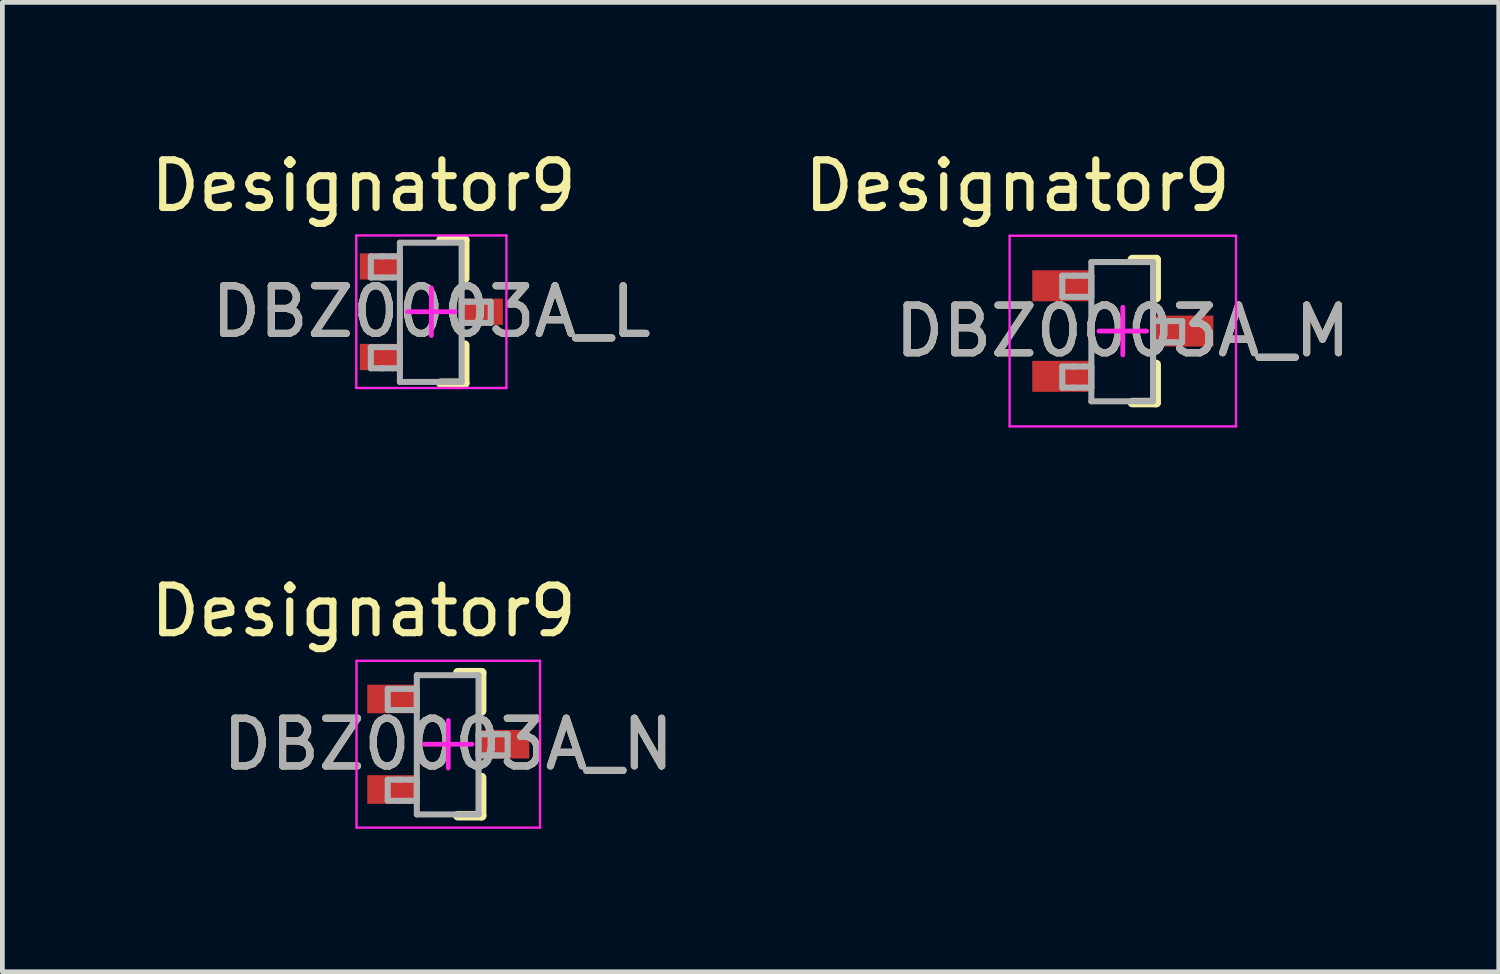
<source format=kicad_pcb>
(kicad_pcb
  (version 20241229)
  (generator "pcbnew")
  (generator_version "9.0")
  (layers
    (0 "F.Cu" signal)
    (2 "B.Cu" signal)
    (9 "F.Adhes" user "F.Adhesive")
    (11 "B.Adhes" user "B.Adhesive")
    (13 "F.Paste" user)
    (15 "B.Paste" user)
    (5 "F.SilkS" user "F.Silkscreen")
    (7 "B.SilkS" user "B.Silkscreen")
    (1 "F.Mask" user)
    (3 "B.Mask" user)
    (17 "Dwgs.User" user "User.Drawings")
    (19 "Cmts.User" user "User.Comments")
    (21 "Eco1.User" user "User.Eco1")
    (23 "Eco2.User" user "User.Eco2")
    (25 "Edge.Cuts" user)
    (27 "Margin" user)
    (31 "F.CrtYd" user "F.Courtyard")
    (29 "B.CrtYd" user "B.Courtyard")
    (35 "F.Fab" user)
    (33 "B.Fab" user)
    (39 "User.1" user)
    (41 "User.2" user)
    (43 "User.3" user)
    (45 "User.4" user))
  (footprint "DBZ0003A_L"
    (layer "F.Cu")
    (at 6 3.49)
    (property "Reference" "DBZ0003A_L" (at 0 0 0) (unlocked yes) (layer "F.SilkS") (effects (font (size 1 1) (thickness 0.15))))
    (attr smd)
    (fp_line (start 0.2 -1.5) (end 0.7 -1.5) (stroke (width 0.2) (type solid)) (layer "F.SilkS"))
    (fp_line (start 0.2 1.5) (end 0.7 1.5) (stroke (width 0.2) (type solid)) (layer "F.SilkS"))
    (fp_line (start 0.7 -0.7) (end 0.7 -1.5) (stroke (width 0.2) (type solid)) (layer "F.SilkS"))
    (fp_line (start 0.7 1.5) (end 0.7 0.7) (stroke (width 0.2) (type solid)) (layer "F.SilkS"))
    (fp_line (start -1.575 -1.6) (end 1.575 -1.6) (stroke (width 0.05) (type solid)) (layer "F.CrtYd"))
    (fp_line (start -1.575 1.6) (end -1.575 -1.6) (stroke (width 0.05) (type solid)) (layer "F.CrtYd"))
    (fp_line (start -1.575 1.6) (end 1.575 1.6) (stroke (width 0.05) (type solid)) (layer "F.CrtYd"))
    (fp_line (start -0.5 0) (end 0.5 0) (stroke (width 0.1) (type solid)) (layer "F.CrtYd"))
    (fp_line (start 0 0.5) (end 0 -0.5) (stroke (width 0.1) (type solid)) (layer "F.CrtYd"))
    (fp_line (start 1.575 1.6) (end 1.575 -1.6) (stroke (width 0.05) (type solid)) (layer "F.CrtYd"))
    (fp_line (start -1.27 -1.162) (end -1.063 -1.162) (stroke (width 0.127) (type solid)) (layer "F.Fab"))
    (fp_line (start -1.27 -0.718) (end -1.27 -1.162) (stroke (width 0.127) (type solid)) (layer "F.Fab"))
    (fp_line (start -1.27 -0.718) (end -1.063 -0.718) (stroke (width 0.127) (type solid)) (layer "F.Fab"))
    (fp_line (start -1.27 0.743) (end -1.063 0.743) (stroke (width 0.127) (type solid)) (layer "F.Fab"))
    (fp_line (start -1.27 1.187) (end -1.27 0.743) (stroke (width 0.127) (type solid)) (layer "F.Fab"))
    (fp_line (start -1.27 1.187) (end -1.063 1.187) (stroke (width 0.127) (type solid)) (layer "F.Fab"))
    (fp_line (start -1.063 -1.162) (end -1.005 -1.162) (stroke (width 0.127) (type solid)) (layer "F.Fab"))
    (fp_line (start -1.063 -0.718) (end -1.005 -0.718) (stroke (width 0.127) (type solid)) (layer "F.Fab"))
    (fp_line (start -1.063 0.743) (end -1.005 0.743) (stroke (width 0.127) (type solid)) (layer "F.Fab"))
    (fp_line (start -1.063 1.187) (end -1.005 1.187) (stroke (width 0.127) (type solid)) (layer "F.Fab"))
    (fp_line (start -1.005 -1.162) (end -0.814 -1.162) (stroke (width 0.127) (type solid)) (layer "F.Fab"))
    (fp_line (start -1.005 -0.718) (end -0.814 -0.718) (stroke (width 0.127) (type solid)) (layer "F.Fab"))
    (fp_line (start -1.005 0.743) (end -0.814 0.743) (stroke (width 0.127) (type solid)) (layer "F.Fab"))
    (fp_line (start -1.005 1.187) (end -0.814 1.187) (stroke (width 0.127) (type solid)) (layer "F.Fab"))
    (fp_line (start -0.814 -1.162) (end -0.66 -1.162) (stroke (width 0.127) (type solid)) (layer "F.Fab"))
    (fp_line (start -0.814 -0.718) (end -0.66 -0.718) (stroke (width 0.127) (type solid)) (layer "F.Fab"))
    (fp_line (start -0.814 0.743) (end -0.66 0.743) (stroke (width 0.127) (type solid)) (layer "F.Fab"))
    (fp_line (start -0.814 1.187) (end -0.66 1.187) (stroke (width 0.127) (type solid)) (layer "F.Fab"))
    (fp_line (start -0.66 -1.448) (end 0.635 -1.448) (stroke (width 0.127) (type solid)) (layer "F.Fab"))
    (fp_line (start -0.66 -0.718) (end -0.66 -1.162) (stroke (width 0.127) (type solid)) (layer "F.Fab"))
    (fp_line (start -0.66 1.187) (end -0.66 0.743) (stroke (width 0.127) (type solid)) (layer "F.Fab"))
    (fp_line (start -0.66 1.473) (end -0.66 -1.448) (stroke (width 0.127) (type solid)) (layer "F.Fab"))
    (fp_line (start -0.66 1.473) (end 0.635 1.473) (stroke (width 0.127) (type solid)) (layer "F.Fab"))
    (fp_line (start 0.635 -0.21) (end 0.789 -0.21) (stroke (width 0.127) (type solid)) (layer "F.Fab"))
    (fp_line (start 0.635 0.235) (end 0.635 -0.21) (stroke (width 0.127) (type solid)) (layer "F.Fab"))
    (fp_line (start 0.635 0.235) (end 0.789 0.235) (stroke (width 0.127) (type solid)) (layer "F.Fab"))
    (fp_line (start 0.635 1.473) (end 0.635 -1.448) (stroke (width 0.127) (type solid)) (layer "F.Fab"))
    (fp_line (start 0.789 -0.21) (end 0.98 -0.21) (stroke (width 0.127) (type solid)) (layer "F.Fab"))
    (fp_line (start 0.789 0.235) (end 0.98 0.235) (stroke (width 0.127) (type solid)) (layer "F.Fab"))
    (fp_line (start 0.98 -0.21) (end 1.037 -0.21) (stroke (width 0.127) (type solid)) (layer "F.Fab"))
    (fp_line (start 0.98 0.235) (end 1.037 0.235) (stroke (width 0.127) (type solid)) (layer "F.Fab"))
    (fp_line (start 1.037 -0.21) (end 1.245 -0.21) (stroke (width 0.127) (type solid)) (layer "F.Fab"))
    (fp_line (start 1.037 0.235) (end 1.245 0.235) (stroke (width 0.127) (type solid)) (layer "F.Fab"))
    (fp_line (start 1.245 0.235) (end 1.245 -0.21) (stroke (width 0.127) (type solid)) (layer "F.Fab"))
    (fp_text user "Designator9" (at -1.422 -2.642 0) (unlocked yes) (layer "F.SilkS") (effects (font (size 1 1) (thickness 0.15))))
    (fp_text user "${REFERENCE}" (at 0 0 0) (unlocked yes) (layer "F.Fab") (effects (font (size 1 1) (thickness 0.15))))
    (pad "1" smd rect (at -1.1 -0.95 90) (size 0.55 0.8) (layers "F.Cu" "F.Mask" "F.Paste"))
    (pad "2" smd rect (at -1.1 0.95 90) (size 0.55 0.8) (layers "F.Cu" "F.Mask" "F.Paste"))
    (pad "3" smd rect (at 1.1 0 90) (size 0.55 0.8) (layers "F.Cu" "F.Mask" "F.Paste")))
  (footprint "DBZ0003A_M"
    (layer "F.Cu")
    (at 20.507 3.896)
    (property "Reference" "DBZ0003A_M" (at 0 0 0) (unlocked yes) (layer "F.SilkS") (effects (font (size 1 1) (thickness 0.15))))
    (attr smd)
    (fp_line (start 0.2 -1.5) (end 0.7 -1.5) (stroke (width 0.2) (type solid)) (layer "F.SilkS"))
    (fp_line (start 0.2 1.5) (end 0.7 1.5) (stroke (width 0.2) (type solid)) (layer "F.SilkS"))
    (fp_line (start 0.7 -0.7) (end 0.7 -1.5) (stroke (width 0.2) (type solid)) (layer "F.SilkS"))
    (fp_line (start 0.7 1.5) (end 0.7 0.7) (stroke (width 0.2) (type solid)) (layer "F.SilkS"))
    (fp_line (start -2.375 -2) (end 2.375 -2) (stroke (width 0.05) (type solid)) (layer "F.CrtYd"))
    (fp_line (start -2.375 2) (end -2.375 -2) (stroke (width 0.05) (type solid)) (layer "F.CrtYd"))
    (fp_line (start -2.375 2) (end 2.375 2) (stroke (width 0.05) (type solid)) (layer "F.CrtYd"))
    (fp_line (start -0.5 0.000003) (end 0.5 0.000003) (stroke (width 0.1) (type solid)) (layer "F.CrtYd"))
    (fp_line (start 0 0.5) (end 0 -0.5) (stroke (width 0.1) (type solid)) (layer "F.CrtYd"))
    (fp_line (start 2.375 2) (end 2.375 -2) (stroke (width 0.05) (type solid)) (layer "F.CrtYd"))
    (fp_line (start -1.27 -1.162) (end -1.063 -1.162) (stroke (width 0.127) (type solid)) (layer "F.Fab"))
    (fp_line (start -1.27 -0.718) (end -1.27 -1.162) (stroke (width 0.127) (type solid)) (layer "F.Fab"))
    (fp_line (start -1.27 -0.718) (end -1.063 -0.718) (stroke (width 0.127) (type solid)) (layer "F.Fab"))
    (fp_line (start -1.27 0.743) (end -1.063 0.743) (stroke (width 0.127) (type solid)) (layer "F.Fab"))
    (fp_line (start -1.27 1.187) (end -1.27 0.743) (stroke (width 0.127) (type solid)) (layer "F.Fab"))
    (fp_line (start -1.27 1.187) (end -1.063 1.187) (stroke (width 0.127) (type solid)) (layer "F.Fab"))
    (fp_line (start -1.063 -1.162) (end -1.005 -1.162) (stroke (width 0.127) (type solid)) (layer "F.Fab"))
    (fp_line (start -1.063 -0.718) (end -1.005 -0.718) (stroke (width 0.127) (type solid)) (layer "F.Fab"))
    (fp_line (start -1.063 0.743) (end -1.005 0.743) (stroke (width 0.127) (type solid)) (layer "F.Fab"))
    (fp_line (start -1.063 1.187) (end -1.005 1.187) (stroke (width 0.127) (type solid)) (layer "F.Fab"))
    (fp_line (start -1.005 -1.162) (end -0.814 -1.162) (stroke (width 0.127) (type solid)) (layer "F.Fab"))
    (fp_line (start -1.005 -0.718) (end -0.814 -0.718) (stroke (width 0.127) (type solid)) (layer "F.Fab"))
    (fp_line (start -1.005 0.743) (end -0.814 0.743) (stroke (width 0.127) (type solid)) (layer "F.Fab"))
    (fp_line (start -1.005 1.187) (end -0.814 1.187) (stroke (width 0.127) (type solid)) (layer "F.Fab"))
    (fp_line (start -0.814 -1.162) (end -0.66 -1.162) (stroke (width 0.127) (type solid)) (layer "F.Fab"))
    (fp_line (start -0.814 -0.718) (end -0.66 -0.718) (stroke (width 0.127) (type solid)) (layer "F.Fab"))
    (fp_line (start -0.814 0.743) (end -0.66 0.743) (stroke (width 0.127) (type solid)) (layer "F.Fab"))
    (fp_line (start -0.814 1.187) (end -0.66 1.187) (stroke (width 0.127) (type solid)) (layer "F.Fab"))
    (fp_line (start -0.66 -1.448) (end 0.635 -1.448) (stroke (width 0.127) (type solid)) (layer "F.Fab"))
    (fp_line (start -0.66 -0.718) (end -0.66 -1.162) (stroke (width 0.127) (type solid)) (layer "F.Fab"))
    (fp_line (start -0.66 1.187) (end -0.66 0.743) (stroke (width 0.127) (type solid)) (layer "F.Fab"))
    (fp_line (start -0.66 1.473) (end -0.66 -1.448) (stroke (width 0.127) (type solid)) (layer "F.Fab"))
    (fp_line (start -0.66 1.473) (end 0.635 1.473) (stroke (width 0.127) (type solid)) (layer "F.Fab"))
    (fp_line (start 0.635 -0.21) (end 0.789 -0.21) (stroke (width 0.127) (type solid)) (layer "F.Fab"))
    (fp_line (start 0.635 0.235) (end 0.635 -0.21) (stroke (width 0.127) (type solid)) (layer "F.Fab"))
    (fp_line (start 0.635 0.235) (end 0.789 0.235) (stroke (width 0.127) (type solid)) (layer "F.Fab"))
    (fp_line (start 0.635 1.473) (end 0.635 -1.448) (stroke (width 0.127) (type solid)) (layer "F.Fab"))
    (fp_line (start 0.789 -0.21) (end 0.98 -0.21) (stroke (width 0.127) (type solid)) (layer "F.Fab"))
    (fp_line (start 0.789 0.235) (end 0.98 0.235) (stroke (width 0.127) (type solid)) (layer "F.Fab"))
    (fp_line (start 0.98 -0.21) (end 1.037 -0.21) (stroke (width 0.127) (type solid)) (layer "F.Fab"))
    (fp_line (start 0.98 0.235) (end 1.037 0.235) (stroke (width 0.127) (type solid)) (layer "F.Fab"))
    (fp_line (start 1.037 -0.21) (end 1.245 -0.21) (stroke (width 0.127) (type solid)) (layer "F.Fab"))
    (fp_line (start 1.037 0.235) (end 1.245 0.235) (stroke (width 0.127) (type solid)) (layer "F.Fab"))
    (fp_line (start 1.245 0.235) (end 1.245 -0.21) (stroke (width 0.127) (type solid)) (layer "F.Fab"))
    (fp_text user "Designator9" (at -2.21 -3.048 0) (unlocked yes) (layer "F.SilkS") (effects (font (size 1 1) (thickness 0.15))))
    (fp_text user "${REFERENCE}" (at 0 0 0) (unlocked yes) (layer "F.Fab") (effects (font (size 1 1) (thickness 0.15))))
    (pad "1" smd rect (at -1.3 -0.95 90) (size 0.65 1.2) (layers "F.Cu" "F.Mask" "F.Paste"))
    (pad "2" smd rect (at -1.3 0.95 90) (size 0.65 1.2) (layers "F.Cu" "F.Mask" "F.Paste"))
    (pad "3" smd rect (at 1.3 0 90) (size 0.65 1.2) (layers "F.Cu" "F.Mask" "F.Paste")))
  (footprint "DBZ0003A_N"
    (layer "F.Cu")
    (at 6.355 12.564)
    (property "Reference" "DBZ0003A_N" (at 0 0 0) (unlocked yes) (layer "F.SilkS") (effects (font (size 1 1) (thickness 0.15))))
    (attr smd)
    (fp_line (start 0.2 -1.5) (end 0.7 -1.5) (stroke (width 0.2) (type solid)) (layer "F.SilkS"))
    (fp_line (start 0.2 1.5) (end 0.7 1.5) (stroke (width 0.2) (type solid)) (layer "F.SilkS"))
    (fp_line (start 0.7 -0.7) (end 0.7 -1.5) (stroke (width 0.2) (type solid)) (layer "F.SilkS"))
    (fp_line (start 0.7 1.5) (end 0.7 0.7) (stroke (width 0.2) (type solid)) (layer "F.SilkS"))
    (fp_line (start -1.925 -1.75) (end 1.925 -1.75) (stroke (width 0.05) (type solid)) (layer "F.CrtYd"))
    (fp_line (start -1.925 1.75) (end -1.925 -1.75) (stroke (width 0.05) (type solid)) (layer "F.CrtYd"))
    (fp_line (start -1.925 1.75) (end 1.925 1.75) (stroke (width 0.05) (type solid)) (layer "F.CrtYd"))
    (fp_line (start -0.5 0) (end 0.5 0) (stroke (width 0.1) (type solid)) (layer "F.CrtYd"))
    (fp_line (start 0 0.5) (end 0 -0.5) (stroke (width 0.1) (type solid)) (layer "F.CrtYd"))
    (fp_line (start 1.925 1.75) (end 1.925 -1.75) (stroke (width 0.05) (type solid)) (layer "F.CrtYd"))
    (fp_line (start -1.27 -1.162) (end -1.063 -1.162) (stroke (width 0.127) (type solid)) (layer "F.Fab"))
    (fp_line (start -1.27 -0.718) (end -1.27 -1.162) (stroke (width 0.127) (type solid)) (layer "F.Fab"))
    (fp_line (start -1.27 -0.718) (end -1.063 -0.718) (stroke (width 0.127) (type solid)) (layer "F.Fab"))
    (fp_line (start -1.27 0.743) (end -1.063 0.743) (stroke (width 0.127) (type solid)) (layer "F.Fab"))
    (fp_line (start -1.27 1.187) (end -1.27 0.743) (stroke (width 0.127) (type solid)) (layer "F.Fab"))
    (fp_line (start -1.27 1.187) (end -1.063 1.187) (stroke (width 0.127) (type solid)) (layer "F.Fab"))
    (fp_line (start -1.063 -1.162) (end -1.005 -1.162) (stroke (width 0.127) (type solid)) (layer "F.Fab"))
    (fp_line (start -1.063 -0.718) (end -1.005 -0.718) (stroke (width 0.127) (type solid)) (layer "F.Fab"))
    (fp_line (start -1.063 0.743) (end -1.005 0.743) (stroke (width 0.127) (type solid)) (layer "F.Fab"))
    (fp_line (start -1.063 1.187) (end -1.005 1.187) (stroke (width 0.127) (type solid)) (layer "F.Fab"))
    (fp_line (start -1.005 -1.162) (end -0.814 -1.162) (stroke (width 0.127) (type solid)) (layer "F.Fab"))
    (fp_line (start -1.005 -0.718) (end -0.814 -0.718) (stroke (width 0.127) (type solid)) (layer "F.Fab"))
    (fp_line (start -1.005 0.743) (end -0.814 0.743) (stroke (width 0.127) (type solid)) (layer "F.Fab"))
    (fp_line (start -1.005 1.187) (end -0.814 1.187) (stroke (width 0.127) (type solid)) (layer "F.Fab"))
    (fp_line (start -0.814 -1.162) (end -0.66 -1.162) (stroke (width 0.127) (type solid)) (layer "F.Fab"))
    (fp_line (start -0.814 -0.718) (end -0.66 -0.718) (stroke (width 0.127) (type solid)) (layer "F.Fab"))
    (fp_line (start -0.814 0.743) (end -0.66 0.743) (stroke (width 0.127) (type solid)) (layer "F.Fab"))
    (fp_line (start -0.814 1.187) (end -0.66 1.187) (stroke (width 0.127) (type solid)) (layer "F.Fab"))
    (fp_line (start -0.66 -1.448) (end 0.635 -1.448) (stroke (width 0.127) (type solid)) (layer "F.Fab"))
    (fp_line (start -0.66 -0.718) (end -0.66 -1.162) (stroke (width 0.127) (type solid)) (layer "F.Fab"))
    (fp_line (start -0.66 1.187) (end -0.66 0.743) (stroke (width 0.127) (type solid)) (layer "F.Fab"))
    (fp_line (start -0.66 1.473) (end -0.66 -1.448) (stroke (width 0.127) (type solid)) (layer "F.Fab"))
    (fp_line (start -0.66 1.473) (end 0.635 1.473) (stroke (width 0.127) (type solid)) (layer "F.Fab"))
    (fp_line (start 0.635 -0.21) (end 0.789 -0.21) (stroke (width 0.127) (type solid)) (layer "F.Fab"))
    (fp_line (start 0.635 0.235) (end 0.635 -0.21) (stroke (width 0.127) (type solid)) (layer "F.Fab"))
    (fp_line (start 0.635 0.235) (end 0.789 0.235) (stroke (width 0.127) (type solid)) (layer "F.Fab"))
    (fp_line (start 0.635 1.473) (end 0.635 -1.448) (stroke (width 0.127) (type solid)) (layer "F.Fab"))
    (fp_line (start 0.789 -0.21) (end 0.98 -0.21) (stroke (width 0.127) (type solid)) (layer "F.Fab"))
    (fp_line (start 0.789 0.235) (end 0.98 0.235) (stroke (width 0.127) (type solid)) (layer "F.Fab"))
    (fp_line (start 0.98 -0.21) (end 1.037 -0.21) (stroke (width 0.127) (type solid)) (layer "F.Fab"))
    (fp_line (start 0.98 0.235) (end 1.037 0.235) (stroke (width 0.127) (type solid)) (layer "F.Fab"))
    (fp_line (start 1.037 -0.21) (end 1.245 -0.21) (stroke (width 0.127) (type solid)) (layer "F.Fab"))
    (fp_line (start 1.037 0.235) (end 1.245 0.235) (stroke (width 0.127) (type solid)) (layer "F.Fab"))
    (fp_line (start 1.245 0.235) (end 1.245 -0.21) (stroke (width 0.127) (type solid)) (layer "F.Fab"))
    (fp_text user "Designator9" (at -1.778 -2.794 0) (unlocked yes) (layer "F.SilkS") (effects (font (size 1 1) (thickness 0.15))))
    (fp_text user "${REFERENCE}" (at 0 0 0) (unlocked yes) (layer "F.Fab") (effects (font (size 1 1) (thickness 0.15))))
    (pad "1" smd rect (at -1.2 -0.95 90) (size 0.6 1) (layers "F.Cu" "F.Mask" "F.Paste"))
    (pad "2" smd rect (at -1.2 0.95 90) (size 0.6 1) (layers "F.Cu" "F.Mask" "F.Paste"))
    (pad "3" smd rect (at 1.2 0 90) (size 0.6 1) (layers "F.Cu" "F.Mask" "F.Paste")))
  (gr_rect
    (start -3 -3)
    (end 28.394 17.338)
    (stroke (width 0.1) (type default))
    (fill no)
    (layer "Edge.Cuts")))
</source>
